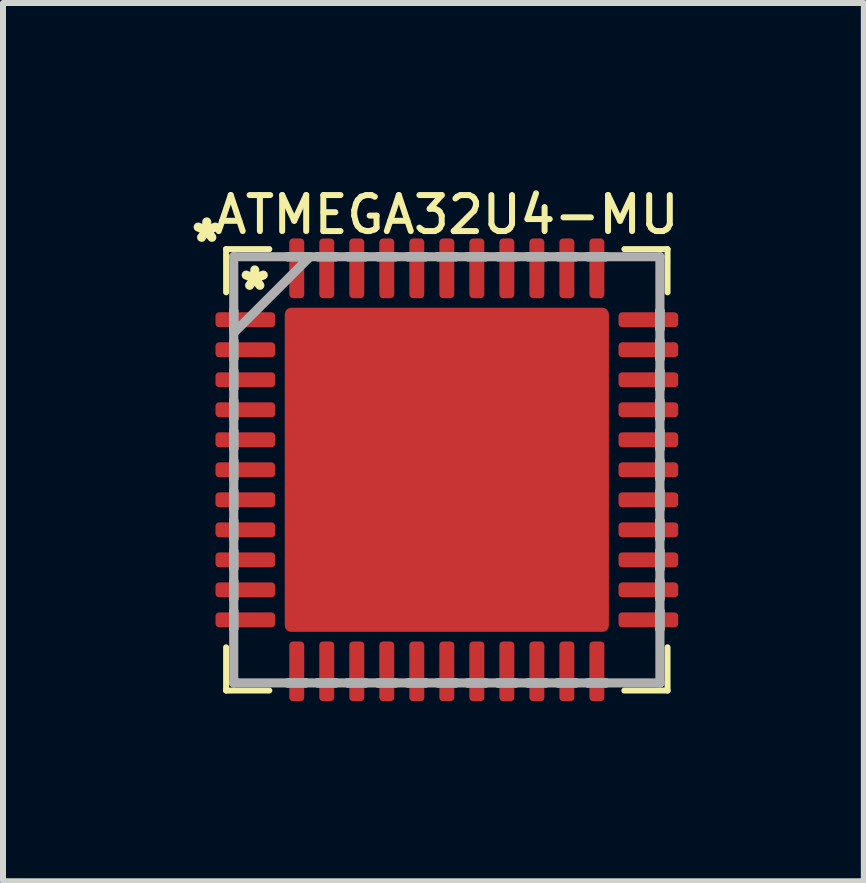
<source format=kicad_pcb>
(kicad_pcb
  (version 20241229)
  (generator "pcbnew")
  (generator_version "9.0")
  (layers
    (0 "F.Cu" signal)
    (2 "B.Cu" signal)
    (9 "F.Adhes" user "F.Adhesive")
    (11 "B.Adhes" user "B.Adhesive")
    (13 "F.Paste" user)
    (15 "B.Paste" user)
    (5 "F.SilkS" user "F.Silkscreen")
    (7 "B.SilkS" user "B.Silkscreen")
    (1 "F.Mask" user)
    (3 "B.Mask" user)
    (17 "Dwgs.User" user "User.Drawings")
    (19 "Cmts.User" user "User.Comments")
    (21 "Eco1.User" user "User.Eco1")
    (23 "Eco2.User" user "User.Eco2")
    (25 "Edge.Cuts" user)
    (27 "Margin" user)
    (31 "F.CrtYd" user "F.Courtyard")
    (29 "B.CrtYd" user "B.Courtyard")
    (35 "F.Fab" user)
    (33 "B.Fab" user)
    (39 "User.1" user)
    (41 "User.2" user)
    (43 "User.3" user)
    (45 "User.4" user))
  (footprint "ATMEGA32U4-MU"
    (layer "F.Cu")
    (at 4.394 4.777)
    (property "Reference" "ATMEGA32U4-MU" (at 0 -4.25 0) (layer "F.SilkS") (effects (font (size 0.6 0.6) (thickness 0.1))))
    (attr smd)
    (fp_line (start -3.677 -3.677) (end -3.677 -2.957) (stroke (width 0.1) (type solid)) (layer "F.SilkS"))
    (fp_line (start -3.677 2.957) (end -3.677 3.677) (stroke (width 0.1) (type solid)) (layer "F.SilkS"))
    (fp_line (start -3.677 3.677) (end -2.957 3.677) (stroke (width 0.1) (type solid)) (layer "F.SilkS"))
    (fp_line (start -2.957 -3.677) (end -3.677 -3.677) (stroke (width 0.1) (type solid)) (layer "F.SilkS"))
    (fp_line (start 2.957 3.677) (end 3.677 3.677) (stroke (width 0.1) (type solid)) (layer "F.SilkS"))
    (fp_line (start 3.677 -3.677) (end 2.957 -3.677) (stroke (width 0.1) (type solid)) (layer "F.SilkS"))
    (fp_line (start 3.677 -2.957) (end 3.677 -3.677) (stroke (width 0.1) (type solid)) (layer "F.SilkS"))
    (fp_line (start 3.677 3.677) (end 3.677 2.957) (stroke (width 0.1) (type solid)) (layer "F.SilkS"))
    (fp_line (start -2.6 -2.6) (end -2.6 -1.45) (stroke (width 0.152) (type solid)) (layer "F.Paste"))
    (fp_line (start -2.6 -1.45) (end -1.45 -1.45) (stroke (width 0.152) (type solid)) (layer "F.Paste"))
    (fp_line (start -2.6 -1.25) (end -2.6 -0.1) (stroke (width 0.152) (type solid)) (layer "F.Paste"))
    (fp_line (start -2.6 -0.1) (end -1.45 -0.1) (stroke (width 0.152) (type solid)) (layer "F.Paste"))
    (fp_line (start -2.6 0.1) (end -2.6 1.25) (stroke (width 0.152) (type solid)) (layer "F.Paste"))
    (fp_line (start -2.6 1.25) (end -1.45 1.25) (stroke (width 0.152) (type solid)) (layer "F.Paste"))
    (fp_line (start -2.6 1.45) (end -2.6 2.6) (stroke (width 0.152) (type solid)) (layer "F.Paste"))
    (fp_line (start -2.6 2.6) (end -1.45 2.6) (stroke (width 0.152) (type solid)) (layer "F.Paste"))
    (fp_line (start -1.45 -2.6) (end -2.6 -2.6) (stroke (width 0.152) (type solid)) (layer "F.Paste"))
    (fp_line (start -1.45 -1.45) (end -1.45 -2.6) (stroke (width 0.152) (type solid)) (layer "F.Paste"))
    (fp_line (start -1.45 -1.25) (end -2.6 -1.25) (stroke (width 0.152) (type solid)) (layer "F.Paste"))
    (fp_line (start -1.45 -0.1) (end -1.45 -1.25) (stroke (width 0.152) (type solid)) (layer "F.Paste"))
    (fp_line (start -1.45 0.1) (end -2.6 0.1) (stroke (width 0.152) (type solid)) (layer "F.Paste"))
    (fp_line (start -1.45 1.25) (end -1.45 0.1) (stroke (width 0.152) (type solid)) (layer "F.Paste"))
    (fp_line (start -1.45 1.45) (end -2.6 1.45) (stroke (width 0.152) (type solid)) (layer "F.Paste"))
    (fp_line (start -1.45 2.6) (end -1.45 1.45) (stroke (width 0.152) (type solid)) (layer "F.Paste"))
    (fp_line (start -1.25 -2.6) (end -1.25 -1.45) (stroke (width 0.152) (type solid)) (layer "F.Paste"))
    (fp_line (start -1.25 -1.45) (end -0.1 -1.45) (stroke (width 0.152) (type solid)) (layer "F.Paste"))
    (fp_line (start -1.25 -1.25) (end -1.25 -0.1) (stroke (width 0.152) (type solid)) (layer "F.Paste"))
    (fp_line (start -1.25 -0.1) (end -0.1 -0.1) (stroke (width 0.152) (type solid)) (layer "F.Paste"))
    (fp_line (start -1.25 0.1) (end -1.25 1.25) (stroke (width 0.152) (type solid)) (layer "F.Paste"))
    (fp_line (start -1.25 1.25) (end -0.1 1.25) (stroke (width 0.152) (type solid)) (layer "F.Paste"))
    (fp_line (start -1.25 1.45) (end -1.25 2.6) (stroke (width 0.152) (type solid)) (layer "F.Paste"))
    (fp_line (start -1.25 2.6) (end -0.1 2.6) (stroke (width 0.152) (type solid)) (layer "F.Paste"))
    (fp_line (start -0.1 -2.6) (end -1.25 -2.6) (stroke (width 0.152) (type solid)) (layer "F.Paste"))
    (fp_line (start -0.1 -1.45) (end -0.1 -2.6) (stroke (width 0.152) (type solid)) (layer "F.Paste"))
    (fp_line (start -0.1 -1.25) (end -1.25 -1.25) (stroke (width 0.152) (type solid)) (layer "F.Paste"))
    (fp_line (start -0.1 -0.1) (end -0.1 -1.25) (stroke (width 0.152) (type solid)) (layer "F.Paste"))
    (fp_line (start -0.1 0.1) (end -1.25 0.1) (stroke (width 0.152) (type solid)) (layer "F.Paste"))
    (fp_line (start -0.1 1.25) (end -0.1 0.1) (stroke (width 0.152) (type solid)) (layer "F.Paste"))
    (fp_line (start -0.1 1.45) (end -1.25 1.45) (stroke (width 0.152) (type solid)) (layer "F.Paste"))
    (fp_line (start -0.1 2.6) (end -0.1 1.45) (stroke (width 0.152) (type solid)) (layer "F.Paste"))
    (fp_line (start 0.1 -2.6) (end 0.1 -1.45) (stroke (width 0.152) (type solid)) (layer "F.Paste"))
    (fp_line (start 0.1 -1.45) (end 1.25 -1.45) (stroke (width 0.152) (type solid)) (layer "F.Paste"))
    (fp_line (start 0.1 -1.25) (end 0.1 -0.1) (stroke (width 0.152) (type solid)) (layer "F.Paste"))
    (fp_line (start 0.1 -0.1) (end 1.25 -0.1) (stroke (width 0.152) (type solid)) (layer "F.Paste"))
    (fp_line (start 0.1 0.1) (end 0.1 1.25) (stroke (width 0.152) (type solid)) (layer "F.Paste"))
    (fp_line (start 0.1 1.25) (end 1.25 1.25) (stroke (width 0.152) (type solid)) (layer "F.Paste"))
    (fp_line (start 0.1 1.45) (end 0.1 2.6) (stroke (width 0.152) (type solid)) (layer "F.Paste"))
    (fp_line (start 0.1 2.6) (end 1.25 2.6) (stroke (width 0.152) (type solid)) (layer "F.Paste"))
    (fp_line (start 1.25 -2.6) (end 0.1 -2.6) (stroke (width 0.152) (type solid)) (layer "F.Paste"))
    (fp_line (start 1.25 -1.45) (end 1.25 -2.6) (stroke (width 0.152) (type solid)) (layer "F.Paste"))
    (fp_line (start 1.25 -1.25) (end 0.1 -1.25) (stroke (width 0.152) (type solid)) (layer "F.Paste"))
    (fp_line (start 1.25 -0.1) (end 1.25 -1.25) (stroke (width 0.152) (type solid)) (layer "F.Paste"))
    (fp_line (start 1.25 0.1) (end 0.1 0.1) (stroke (width 0.152) (type solid)) (layer "F.Paste"))
    (fp_line (start 1.25 1.25) (end 1.25 0.1) (stroke (width 0.152) (type solid)) (layer "F.Paste"))
    (fp_line (start 1.25 1.45) (end 0.1 1.45) (stroke (width 0.152) (type solid)) (layer "F.Paste"))
    (fp_line (start 1.25 2.6) (end 1.25 1.45) (stroke (width 0.152) (type solid)) (layer "F.Paste"))
    (fp_line (start 1.45 -2.6) (end 1.45 -1.45) (stroke (width 0.152) (type solid)) (layer "F.Paste"))
    (fp_line (start 1.45 -1.45) (end 2.6 -1.45) (stroke (width 0.152) (type solid)) (layer "F.Paste"))
    (fp_line (start 1.45 -1.25) (end 1.45 -0.1) (stroke (width 0.152) (type solid)) (layer "F.Paste"))
    (fp_line (start 1.45 -0.1) (end 2.6 -0.1) (stroke (width 0.152) (type solid)) (layer "F.Paste"))
    (fp_line (start 1.45 0.1) (end 1.45 1.25) (stroke (width 0.152) (type solid)) (layer "F.Paste"))
    (fp_line (start 1.45 1.25) (end 2.6 1.25) (stroke (width 0.152) (type solid)) (layer "F.Paste"))
    (fp_line (start 1.45 1.45) (end 1.45 2.6) (stroke (width 0.152) (type solid)) (layer "F.Paste"))
    (fp_line (start 1.45 2.6) (end 2.6 2.6) (stroke (width 0.152) (type solid)) (layer "F.Paste"))
    (fp_line (start 2.6 -2.6) (end 1.45 -2.6) (stroke (width 0.152) (type solid)) (layer "F.Paste"))
    (fp_line (start 2.6 -1.45) (end 2.6 -2.6) (stroke (width 0.152) (type solid)) (layer "F.Paste"))
    (fp_line (start 2.6 -1.25) (end 1.45 -1.25) (stroke (width 0.152) (type solid)) (layer "F.Paste"))
    (fp_line (start 2.6 -0.1) (end 2.6 -1.25) (stroke (width 0.152) (type solid)) (layer "F.Paste"))
    (fp_line (start 2.6 0.1) (end 1.45 0.1) (stroke (width 0.152) (type solid)) (layer "F.Paste"))
    (fp_line (start 2.6 1.25) (end 2.6 0.1) (stroke (width 0.152) (type solid)) (layer "F.Paste"))
    (fp_line (start 2.6 1.45) (end 1.45 1.45) (stroke (width 0.152) (type solid)) (layer "F.Paste"))
    (fp_line (start 2.6 2.6) (end 2.6 1.45) (stroke (width 0.152) (type solid)) (layer "F.Paste"))
    (fp_line (start -3.55 -3.55) (end -3.55 -3.55) (stroke (width 0.152) (type solid)) (layer "F.Fab"))
    (fp_line (start -3.55 -3.55) (end -3.55 3.55) (stroke (width 0.152) (type solid)) (layer "F.Fab"))
    (fp_line (start -3.55 -2.65) (end -3.55 -2.65) (stroke (width 0.152) (type solid)) (layer "F.Fab"))
    (fp_line (start -3.55 -2.65) (end -3.55 -2.35) (stroke (width 0.152) (type solid)) (layer "F.Fab"))
    (fp_line (start -3.55 -2.35) (end -3.55 -2.65) (stroke (width 0.152) (type solid)) (layer "F.Fab"))
    (fp_line (start -3.55 -2.35) (end -3.55 -2.35) (stroke (width 0.152) (type solid)) (layer "F.Fab"))
    (fp_line (start -3.55 -2.28) (end -2.28 -3.55) (stroke (width 0.152) (type solid)) (layer "F.Fab"))
    (fp_line (start -3.55 -2.15) (end -3.55 -2.15) (stroke (width 0.152) (type solid)) (layer "F.Fab"))
    (fp_line (start -3.55 -2.15) (end -3.55 -1.85) (stroke (width 0.152) (type solid)) (layer "F.Fab"))
    (fp_line (start -3.55 -1.85) (end -3.55 -2.15) (stroke (width 0.152) (type solid)) (layer "F.Fab"))
    (fp_line (start -3.55 -1.85) (end -3.55 -1.85) (stroke (width 0.152) (type solid)) (layer "F.Fab"))
    (fp_line (start -3.55 -1.65) (end -3.55 -1.65) (stroke (width 0.152) (type solid)) (layer "F.Fab"))
    (fp_line (start -3.55 -1.65) (end -3.55 -1.35) (stroke (width 0.152) (type solid)) (layer "F.Fab"))
    (fp_line (start -3.55 -1.35) (end -3.55 -1.65) (stroke (width 0.152) (type solid)) (layer "F.Fab"))
    (fp_line (start -3.55 -1.35) (end -3.55 -1.35) (stroke (width 0.152) (type solid)) (layer "F.Fab"))
    (fp_line (start -3.55 -1.15) (end -3.55 -1.15) (stroke (width 0.152) (type solid)) (layer "F.Fab"))
    (fp_line (start -3.55 -1.15) (end -3.55 -0.85) (stroke (width 0.152) (type solid)) (layer "F.Fab"))
    (fp_line (start -3.55 -0.85) (end -3.55 -1.15) (stroke (width 0.152) (type solid)) (layer "F.Fab"))
    (fp_line (start -3.55 -0.85) (end -3.55 -0.85) (stroke (width 0.152) (type solid)) (layer "F.Fab"))
    (fp_line (start -3.55 -0.65) (end -3.55 -0.65) (stroke (width 0.152) (type solid)) (layer "F.Fab"))
    (fp_line (start -3.55 -0.65) (end -3.55 -0.35) (stroke (width 0.152) (type solid)) (layer "F.Fab"))
    (fp_line (start -3.55 -0.35) (end -3.55 -0.65) (stroke (width 0.152) (type solid)) (layer "F.Fab"))
    (fp_line (start -3.55 -0.35) (end -3.55 -0.35) (stroke (width 0.152) (type solid)) (layer "F.Fab"))
    (fp_line (start -3.55 -0.15) (end -3.55 -0.15) (stroke (width 0.152) (type solid)) (layer "F.Fab"))
    (fp_line (start -3.55 -0.15) (end -3.55 0.15) (stroke (width 0.152) (type solid)) (layer "F.Fab"))
    (fp_line (start -3.55 0.15) (end -3.55 -0.15) (stroke (width 0.152) (type solid)) (layer "F.Fab"))
    (fp_line (start -3.55 0.15) (end -3.55 0.15) (stroke (width 0.152) (type solid)) (layer "F.Fab"))
    (fp_line (start -3.55 0.35) (end -3.55 0.35) (stroke (width 0.152) (type solid)) (layer "F.Fab"))
    (fp_line (start -3.55 0.35) (end -3.55 0.65) (stroke (width 0.152) (type solid)) (layer "F.Fab"))
    (fp_line (start -3.55 0.65) (end -3.55 0.35) (stroke (width 0.152) (type solid)) (layer "F.Fab"))
    (fp_line (start -3.55 0.65) (end -3.55 0.65) (stroke (width 0.152) (type solid)) (layer "F.Fab"))
    (fp_line (start -3.55 0.85) (end -3.55 0.85) (stroke (width 0.152) (type solid)) (layer "F.Fab"))
    (fp_line (start -3.55 0.85) (end -3.55 1.15) (stroke (width 0.152) (type solid)) (layer "F.Fab"))
    (fp_line (start -3.55 1.15) (end -3.55 0.85) (stroke (width 0.152) (type solid)) (layer "F.Fab"))
    (fp_line (start -3.55 1.15) (end -3.55 1.15) (stroke (width 0.152) (type solid)) (layer "F.Fab"))
    (fp_line (start -3.55 1.35) (end -3.55 1.35) (stroke (width 0.152) (type solid)) (layer "F.Fab"))
    (fp_line (start -3.55 1.35) (end -3.55 1.65) (stroke (width 0.152) (type solid)) (layer "F.Fab"))
    (fp_line (start -3.55 1.65) (end -3.55 1.35) (stroke (width 0.152) (type solid)) (layer "F.Fab"))
    (fp_line (start -3.55 1.65) (end -3.55 1.65) (stroke (width 0.152) (type solid)) (layer "F.Fab"))
    (fp_line (start -3.55 1.85) (end -3.55 1.85) (stroke (width 0.152) (type solid)) (layer "F.Fab"))
    (fp_line (start -3.55 1.85) (end -3.55 2.15) (stroke (width 0.152) (type solid)) (layer "F.Fab"))
    (fp_line (start -3.55 2.15) (end -3.55 1.85) (stroke (width 0.152) (type solid)) (layer "F.Fab"))
    (fp_line (start -3.55 2.15) (end -3.55 2.15) (stroke (width 0.152) (type solid)) (layer "F.Fab"))
    (fp_line (start -3.55 2.35) (end -3.55 2.35) (stroke (width 0.152) (type solid)) (layer "F.Fab"))
    (fp_line (start -3.55 2.35) (end -3.55 2.65) (stroke (width 0.152) (type solid)) (layer "F.Fab"))
    (fp_line (start -3.55 2.65) (end -3.55 2.35) (stroke (width 0.152) (type solid)) (layer "F.Fab"))
    (fp_line (start -3.55 2.65) (end -3.55 2.65) (stroke (width 0.152) (type solid)) (layer "F.Fab"))
    (fp_line (start -3.55 3.55) (end -3.55 3.55) (stroke (width 0.152) (type solid)) (layer "F.Fab"))
    (fp_line (start -3.55 3.55) (end 3.55 3.55) (stroke (width 0.152) (type solid)) (layer "F.Fab"))
    (fp_line (start -2.65 -3.55) (end -2.65 -3.55) (stroke (width 0.152) (type solid)) (layer "F.Fab"))
    (fp_line (start -2.65 -3.55) (end -2.35 -3.55) (stroke (width 0.152) (type solid)) (layer "F.Fab"))
    (fp_line (start -2.65 3.55) (end -2.65 3.55) (stroke (width 0.152) (type solid)) (layer "F.Fab"))
    (fp_line (start -2.65 3.55) (end -2.35 3.55) (stroke (width 0.152) (type solid)) (layer "F.Fab"))
    (fp_line (start -2.35 -3.55) (end -2.65 -3.55) (stroke (width 0.152) (type solid)) (layer "F.Fab"))
    (fp_line (start -2.35 -3.55) (end -2.35 -3.55) (stroke (width 0.152) (type solid)) (layer "F.Fab"))
    (fp_line (start -2.35 3.55) (end -2.65 3.55) (stroke (width 0.152) (type solid)) (layer "F.Fab"))
    (fp_line (start -2.35 3.55) (end -2.35 3.55) (stroke (width 0.152) (type solid)) (layer "F.Fab"))
    (fp_line (start -2.15 -3.55) (end -2.15 -3.55) (stroke (width 0.152) (type solid)) (layer "F.Fab"))
    (fp_line (start -2.15 -3.55) (end -1.85 -3.55) (stroke (width 0.152) (type solid)) (layer "F.Fab"))
    (fp_line (start -2.15 3.55) (end -2.15 3.55) (stroke (width 0.152) (type solid)) (layer "F.Fab"))
    (fp_line (start -2.15 3.55) (end -1.85 3.55) (stroke (width 0.152) (type solid)) (layer "F.Fab"))
    (fp_line (start -1.85 -3.55) (end -2.15 -3.55) (stroke (width 0.152) (type solid)) (layer "F.Fab"))
    (fp_line (start -1.85 -3.55) (end -1.85 -3.55) (stroke (width 0.152) (type solid)) (layer "F.Fab"))
    (fp_line (start -1.85 3.55) (end -2.15 3.55) (stroke (width 0.152) (type solid)) (layer "F.Fab"))
    (fp_line (start -1.85 3.55) (end -1.85 3.55) (stroke (width 0.152) (type solid)) (layer "F.Fab"))
    (fp_line (start -1.65 -3.55) (end -1.65 -3.55) (stroke (width 0.152) (type solid)) (layer "F.Fab"))
    (fp_line (start -1.65 -3.55) (end -1.35 -3.55) (stroke (width 0.152) (type solid)) (layer "F.Fab"))
    (fp_line (start -1.65 3.55) (end -1.65 3.55) (stroke (width 0.152) (type solid)) (layer "F.Fab"))
    (fp_line (start -1.65 3.55) (end -1.35 3.55) (stroke (width 0.152) (type solid)) (layer "F.Fab"))
    (fp_line (start -1.35 -3.55) (end -1.65 -3.55) (stroke (width 0.152) (type solid)) (layer "F.Fab"))
    (fp_line (start -1.35 -3.55) (end -1.35 -3.55) (stroke (width 0.152) (type solid)) (layer "F.Fab"))
    (fp_line (start -1.35 3.55) (end -1.65 3.55) (stroke (width 0.152) (type solid)) (layer "F.Fab"))
    (fp_line (start -1.35 3.55) (end -1.35 3.55) (stroke (width 0.152) (type solid)) (layer "F.Fab"))
    (fp_line (start -1.15 -3.55) (end -1.15 -3.55) (stroke (width 0.152) (type solid)) (layer "F.Fab"))
    (fp_line (start -1.15 -3.55) (end -0.85 -3.55) (stroke (width 0.152) (type solid)) (layer "F.Fab"))
    (fp_line (start -1.15 3.55) (end -1.15 3.55) (stroke (width 0.152) (type solid)) (layer "F.Fab"))
    (fp_line (start -1.15 3.55) (end -0.85 3.55) (stroke (width 0.152) (type solid)) (layer "F.Fab"))
    (fp_line (start -0.85 -3.55) (end -1.15 -3.55) (stroke (width 0.152) (type solid)) (layer "F.Fab"))
    (fp_line (start -0.85 -3.55) (end -0.85 -3.55) (stroke (width 0.152) (type solid)) (layer "F.Fab"))
    (fp_line (start -0.85 3.55) (end -1.15 3.55) (stroke (width 0.152) (type solid)) (layer "F.Fab"))
    (fp_line (start -0.85 3.55) (end -0.85 3.55) (stroke (width 0.152) (type solid)) (layer "F.Fab"))
    (fp_line (start -0.65 -3.55) (end -0.65 -3.55) (stroke (width 0.152) (type solid)) (layer "F.Fab"))
    (fp_line (start -0.65 -3.55) (end -0.35 -3.55) (stroke (width 0.152) (type solid)) (layer "F.Fab"))
    (fp_line (start -0.65 3.55) (end -0.65 3.55) (stroke (width 0.152) (type solid)) (layer "F.Fab"))
    (fp_line (start -0.65 3.55) (end -0.35 3.55) (stroke (width 0.152) (type solid)) (layer "F.Fab"))
    (fp_line (start -0.35 -3.55) (end -0.65 -3.55) (stroke (width 0.152) (type solid)) (layer "F.Fab"))
    (fp_line (start -0.35 -3.55) (end -0.35 -3.55) (stroke (width 0.152) (type solid)) (layer "F.Fab"))
    (fp_line (start -0.35 3.55) (end -0.65 3.55) (stroke (width 0.152) (type solid)) (layer "F.Fab"))
    (fp_line (start -0.35 3.55) (end -0.35 3.55) (stroke (width 0.152) (type solid)) (layer "F.Fab"))
    (fp_line (start -0.15 -3.55) (end -0.15 -3.55) (stroke (width 0.152) (type solid)) (layer "F.Fab"))
    (fp_line (start -0.15 -3.55) (end 0.15 -3.55) (stroke (width 0.152) (type solid)) (layer "F.Fab"))
    (fp_line (start -0.15 3.55) (end -0.15 3.55) (stroke (width 0.152) (type solid)) (layer "F.Fab"))
    (fp_line (start -0.15 3.55) (end 0.15 3.55) (stroke (width 0.152) (type solid)) (layer "F.Fab"))
    (fp_line (start 0.15 -3.55) (end -0.15 -3.55) (stroke (width 0.152) (type solid)) (layer "F.Fab"))
    (fp_line (start 0.15 -3.55) (end 0.15 -3.55) (stroke (width 0.152) (type solid)) (layer "F.Fab"))
    (fp_line (start 0.15 3.55) (end -0.15 3.55) (stroke (width 0.152) (type solid)) (layer "F.Fab"))
    (fp_line (start 0.15 3.55) (end 0.15 3.55) (stroke (width 0.152) (type solid)) (layer "F.Fab"))
    (fp_line (start 0.35 -3.55) (end 0.35 -3.55) (stroke (width 0.152) (type solid)) (layer "F.Fab"))
    (fp_line (start 0.35 -3.55) (end 0.65 -3.55) (stroke (width 0.152) (type solid)) (layer "F.Fab"))
    (fp_line (start 0.35 3.55) (end 0.35 3.55) (stroke (width 0.152) (type solid)) (layer "F.Fab"))
    (fp_line (start 0.35 3.55) (end 0.65 3.55) (stroke (width 0.152) (type solid)) (layer "F.Fab"))
    (fp_line (start 0.65 -3.55) (end 0.35 -3.55) (stroke (width 0.152) (type solid)) (layer "F.Fab"))
    (fp_line (start 0.65 -3.55) (end 0.65 -3.55) (stroke (width 0.152) (type solid)) (layer "F.Fab"))
    (fp_line (start 0.65 3.55) (end 0.35 3.55) (stroke (width 0.152) (type solid)) (layer "F.Fab"))
    (fp_line (start 0.65 3.55) (end 0.65 3.55) (stroke (width 0.152) (type solid)) (layer "F.Fab"))
    (fp_line (start 0.85 -3.55) (end 0.85 -3.55) (stroke (width 0.152) (type solid)) (layer "F.Fab"))
    (fp_line (start 0.85 -3.55) (end 1.15 -3.55) (stroke (width 0.152) (type solid)) (layer "F.Fab"))
    (fp_line (start 0.85 3.55) (end 0.85 3.55) (stroke (width 0.152) (type solid)) (layer "F.Fab"))
    (fp_line (start 0.85 3.55) (end 1.15 3.55) (stroke (width 0.152) (type solid)) (layer "F.Fab"))
    (fp_line (start 1.15 -3.55) (end 0.85 -3.55) (stroke (width 0.152) (type solid)) (layer "F.Fab"))
    (fp_line (start 1.15 -3.55) (end 1.15 -3.55) (stroke (width 0.152) (type solid)) (layer "F.Fab"))
    (fp_line (start 1.15 3.55) (end 0.85 3.55) (stroke (width 0.152) (type solid)) (layer "F.Fab"))
    (fp_line (start 1.15 3.55) (end 1.15 3.55) (stroke (width 0.152) (type solid)) (layer "F.Fab"))
    (fp_line (start 1.35 -3.55) (end 1.35 -3.55) (stroke (width 0.152) (type solid)) (layer "F.Fab"))
    (fp_line (start 1.35 -3.55) (end 1.65 -3.55) (stroke (width 0.152) (type solid)) (layer "F.Fab"))
    (fp_line (start 1.35 3.55) (end 1.35 3.55) (stroke (width 0.152) (type solid)) (layer "F.Fab"))
    (fp_line (start 1.35 3.55) (end 1.65 3.55) (stroke (width 0.152) (type solid)) (layer "F.Fab"))
    (fp_line (start 1.65 -3.55) (end 1.35 -3.55) (stroke (width 0.152) (type solid)) (layer "F.Fab"))
    (fp_line (start 1.65 -3.55) (end 1.65 -3.55) (stroke (width 0.152) (type solid)) (layer "F.Fab"))
    (fp_line (start 1.65 3.55) (end 1.35 3.55) (stroke (width 0.152) (type solid)) (layer "F.Fab"))
    (fp_line (start 1.65 3.55) (end 1.65 3.55) (stroke (width 0.152) (type solid)) (layer "F.Fab"))
    (fp_line (start 1.85 -3.55) (end 1.85 -3.55) (stroke (width 0.152) (type solid)) (layer "F.Fab"))
    (fp_line (start 1.85 -3.55) (end 2.15 -3.55) (stroke (width 0.152) (type solid)) (layer "F.Fab"))
    (fp_line (start 1.85 3.55) (end 1.85 3.55) (stroke (width 0.152) (type solid)) (layer "F.Fab"))
    (fp_line (start 1.85 3.55) (end 2.15 3.55) (stroke (width 0.152) (type solid)) (layer "F.Fab"))
    (fp_line (start 2.15 -3.55) (end 1.85 -3.55) (stroke (width 0.152) (type solid)) (layer "F.Fab"))
    (fp_line (start 2.15 -3.55) (end 2.15 -3.55) (stroke (width 0.152) (type solid)) (layer "F.Fab"))
    (fp_line (start 2.15 3.55) (end 1.85 3.55) (stroke (width 0.152) (type solid)) (layer "F.Fab"))
    (fp_line (start 2.15 3.55) (end 2.15 3.55) (stroke (width 0.152) (type solid)) (layer "F.Fab"))
    (fp_line (start 2.35 -3.55) (end 2.35 -3.55) (stroke (width 0.152) (type solid)) (layer "F.Fab"))
    (fp_line (start 2.35 -3.55) (end 2.65 -3.55) (stroke (width 0.152) (type solid)) (layer "F.Fab"))
    (fp_line (start 2.35 3.55) (end 2.35 3.55) (stroke (width 0.152) (type solid)) (layer "F.Fab"))
    (fp_line (start 2.35 3.55) (end 2.65 3.55) (stroke (width 0.152) (type solid)) (layer "F.Fab"))
    (fp_line (start 2.65 -3.55) (end 2.35 -3.55) (stroke (width 0.152) (type solid)) (layer "F.Fab"))
    (fp_line (start 2.65 -3.55) (end 2.65 -3.55) (stroke (width 0.152) (type solid)) (layer "F.Fab"))
    (fp_line (start 2.65 3.55) (end 2.35 3.55) (stroke (width 0.152) (type solid)) (layer "F.Fab"))
    (fp_line (start 2.65 3.55) (end 2.65 3.55) (stroke (width 0.152) (type solid)) (layer "F.Fab"))
    (fp_line (start 3.55 -3.55) (end -3.55 -3.55) (stroke (width 0.152) (type solid)) (layer "F.Fab"))
    (fp_line (start 3.55 -3.55) (end 3.55 -3.55) (stroke (width 0.152) (type solid)) (layer "F.Fab"))
    (fp_line (start 3.55 -2.65) (end 3.55 -2.65) (stroke (width 0.152) (type solid)) (layer "F.Fab"))
    (fp_line (start 3.55 -2.65) (end 3.55 -2.35) (stroke (width 0.152) (type solid)) (layer "F.Fab"))
    (fp_line (start 3.55 -2.35) (end 3.55 -2.65) (stroke (width 0.152) (type solid)) (layer "F.Fab"))
    (fp_line (start 3.55 -2.35) (end 3.55 -2.35) (stroke (width 0.152) (type solid)) (layer "F.Fab"))
    (fp_line (start 3.55 -2.15) (end 3.55 -2.15) (stroke (width 0.152) (type solid)) (layer "F.Fab"))
    (fp_line (start 3.55 -2.15) (end 3.55 -1.85) (stroke (width 0.152) (type solid)) (layer "F.Fab"))
    (fp_line (start 3.55 -1.85) (end 3.55 -2.15) (stroke (width 0.152) (type solid)) (layer "F.Fab"))
    (fp_line (start 3.55 -1.85) (end 3.55 -1.85) (stroke (width 0.152) (type solid)) (layer "F.Fab"))
    (fp_line (start 3.55 -1.65) (end 3.55 -1.65) (stroke (width 0.152) (type solid)) (layer "F.Fab"))
    (fp_line (start 3.55 -1.65) (end 3.55 -1.35) (stroke (width 0.152) (type solid)) (layer "F.Fab"))
    (fp_line (start 3.55 -1.35) (end 3.55 -1.65) (stroke (width 0.152) (type solid)) (layer "F.Fab"))
    (fp_line (start 3.55 -1.35) (end 3.55 -1.35) (stroke (width 0.152) (type solid)) (layer "F.Fab"))
    (fp_line (start 3.55 -1.15) (end 3.55 -1.15) (stroke (width 0.152) (type solid)) (layer "F.Fab"))
    (fp_line (start 3.55 -1.15) (end 3.55 -0.85) (stroke (width 0.152) (type solid)) (layer "F.Fab"))
    (fp_line (start 3.55 -0.85) (end 3.55 -1.15) (stroke (width 0.152) (type solid)) (layer "F.Fab"))
    (fp_line (start 3.55 -0.85) (end 3.55 -0.85) (stroke (width 0.152) (type solid)) (layer "F.Fab"))
    (fp_line (start 3.55 -0.65) (end 3.55 -0.65) (stroke (width 0.152) (type solid)) (layer "F.Fab"))
    (fp_line (start 3.55 -0.65) (end 3.55 -0.35) (stroke (width 0.152) (type solid)) (layer "F.Fab"))
    (fp_line (start 3.55 -0.35) (end 3.55 -0.65) (stroke (width 0.152) (type solid)) (layer "F.Fab"))
    (fp_line (start 3.55 -0.35) (end 3.55 -0.35) (stroke (width 0.152) (type solid)) (layer "F.Fab"))
    (fp_line (start 3.55 -0.15) (end 3.55 -0.15) (stroke (width 0.152) (type solid)) (layer "F.Fab"))
    (fp_line (start 3.55 -0.15) (end 3.55 0.15) (stroke (width 0.152) (type solid)) (layer "F.Fab"))
    (fp_line (start 3.55 0.15) (end 3.55 -0.15) (stroke (width 0.152) (type solid)) (layer "F.Fab"))
    (fp_line (start 3.55 0.15) (end 3.55 0.15) (stroke (width 0.152) (type solid)) (layer "F.Fab"))
    (fp_line (start 3.55 0.35) (end 3.55 0.35) (stroke (width 0.152) (type solid)) (layer "F.Fab"))
    (fp_line (start 3.55 0.35) (end 3.55 0.65) (stroke (width 0.152) (type solid)) (layer "F.Fab"))
    (fp_line (start 3.55 0.65) (end 3.55 0.35) (stroke (width 0.152) (type solid)) (layer "F.Fab"))
    (fp_line (start 3.55 0.65) (end 3.55 0.65) (stroke (width 0.152) (type solid)) (layer "F.Fab"))
    (fp_line (start 3.55 0.85) (end 3.55 0.85) (stroke (width 0.152) (type solid)) (layer "F.Fab"))
    (fp_line (start 3.55 0.85) (end 3.55 1.15) (stroke (width 0.152) (type solid)) (layer "F.Fab"))
    (fp_line (start 3.55 1.15) (end 3.55 0.85) (stroke (width 0.152) (type solid)) (layer "F.Fab"))
    (fp_line (start 3.55 1.15) (end 3.55 1.15) (stroke (width 0.152) (type solid)) (layer "F.Fab"))
    (fp_line (start 3.55 1.35) (end 3.55 1.35) (stroke (width 0.152) (type solid)) (layer "F.Fab"))
    (fp_line (start 3.55 1.35) (end 3.55 1.65) (stroke (width 0.152) (type solid)) (layer "F.Fab"))
    (fp_line (start 3.55 1.65) (end 3.55 1.35) (stroke (width 0.152) (type solid)) (layer "F.Fab"))
    (fp_line (start 3.55 1.65) (end 3.55 1.65) (stroke (width 0.152) (type solid)) (layer "F.Fab"))
    (fp_line (start 3.55 1.85) (end 3.55 1.85) (stroke (width 0.152) (type solid)) (layer "F.Fab"))
    (fp_line (start 3.55 1.85) (end 3.55 2.15) (stroke (width 0.152) (type solid)) (layer "F.Fab"))
    (fp_line (start 3.55 2.15) (end 3.55 1.85) (stroke (width 0.152) (type solid)) (layer "F.Fab"))
    (fp_line (start 3.55 2.15) (end 3.55 2.15) (stroke (width 0.152) (type solid)) (layer "F.Fab"))
    (fp_line (start 3.55 2.35) (end 3.55 2.35) (stroke (width 0.152) (type solid)) (layer "F.Fab"))
    (fp_line (start 3.55 2.35) (end 3.55 2.65) (stroke (width 0.152) (type solid)) (layer "F.Fab"))
    (fp_line (start 3.55 2.65) (end 3.55 2.35) (stroke (width 0.152) (type solid)) (layer "F.Fab"))
    (fp_line (start 3.55 2.65) (end 3.55 2.65) (stroke (width 0.152) (type solid)) (layer "F.Fab"))
    (fp_line (start 3.55 3.55) (end 3.55 -3.55) (stroke (width 0.152) (type solid)) (layer "F.Fab"))
    (fp_line (start 3.55 3.55) (end 3.55 3.55) (stroke (width 0.152) (type solid)) (layer "F.Fab"))
    (fp_text user "*" (at -3.2 -3 0) (layer "F.SilkS") (effects (font (size 0.6 0.6) (thickness 0.15))))
    (fp_text user "*" (at -4 -3.8 0) (layer "F.SilkS") (effects (font (size 0.6 0.6) (thickness 0.15))))
    (pad "1" smd roundrect (at -3.357 -2.5 90) (size 0.249 0.995) (layers "F.Cu" "F.Mask" "F.Paste") (roundrect_rratio 0.25))
    (pad "2" smd roundrect (at -3.357 -2 90) (size 0.249 0.995) (layers "F.Cu" "F.Mask" "F.Paste") (roundrect_rratio 0.25))
    (pad "3" smd roundrect (at -3.357 -1.5 90) (size 0.249 0.995) (layers "F.Cu" "F.Mask" "F.Paste") (roundrect_rratio 0.25))
    (pad "4" smd roundrect (at -3.357 -1 90) (size 0.249 0.995) (layers "F.Cu" "F.Mask" "F.Paste") (roundrect_rratio 0.25))
    (pad "5" smd roundrect (at -3.357 -0.5 90) (size 0.249 0.995) (layers "F.Cu" "F.Mask" "F.Paste") (roundrect_rratio 0.25))
    (pad "6" smd roundrect (at -3.357 0 90) (size 0.249 0.995) (layers "F.Cu" "F.Mask" "F.Paste") (roundrect_rratio 0.25))
    (pad "7" smd roundrect (at -3.357 0.5 90) (size 0.249 0.995) (layers "F.Cu" "F.Mask" "F.Paste") (roundrect_rratio 0.25))
    (pad "8" smd roundrect (at -3.357 1 90) (size 0.249 0.995) (layers "F.Cu" "F.Mask" "F.Paste") (roundrect_rratio 0.25))
    (pad "9" smd roundrect (at -3.357 1.5 90) (size 0.249 0.995) (layers "F.Cu" "F.Mask" "F.Paste") (roundrect_rratio 0.25))
    (pad "10" smd roundrect (at -3.357 2 90) (size 0.249 0.995) (layers "F.Cu" "F.Mask" "F.Paste") (roundrect_rratio 0.25))
    (pad "11" smd roundrect (at -3.357 2.5 90) (size 0.249 0.995) (layers "F.Cu" "F.Mask" "F.Paste") (roundrect_rratio 0.25))
    (pad "12" smd roundrect (at -2.5 3.357) (size 0.249 0.995) (layers "F.Cu" "F.Mask" "F.Paste") (roundrect_rratio 0.25))
    (pad "13" smd roundrect (at -2 3.357) (size 0.249 0.995) (layers "F.Cu" "F.Mask" "F.Paste") (roundrect_rratio 0.25))
    (pad "14" smd roundrect (at -1.5 3.357) (size 0.249 0.995) (layers "F.Cu" "F.Mask" "F.Paste") (roundrect_rratio 0.25))
    (pad "15" smd roundrect (at -1 3.357) (size 0.249 0.995) (layers "F.Cu" "F.Mask" "F.Paste") (roundrect_rratio 0.25))
    (pad "16" smd roundrect (at -0.5 3.357) (size 0.249 0.995) (layers "F.Cu" "F.Mask" "F.Paste") (roundrect_rratio 0.25))
    (pad "17" smd roundrect (at 0 3.357) (size 0.249 0.995) (layers "F.Cu" "F.Mask" "F.Paste") (roundrect_rratio 0.25))
    (pad "18" smd roundrect (at 0.5 3.357) (size 0.249 0.995) (layers "F.Cu" "F.Mask" "F.Paste") (roundrect_rratio 0.25))
    (pad "19" smd roundrect (at 1 3.357) (size 0.249 0.995) (layers "F.Cu" "F.Mask" "F.Paste") (roundrect_rratio 0.25))
    (pad "20" smd roundrect (at 1.5 3.357) (size 0.249 0.995) (layers "F.Cu" "F.Mask" "F.Paste") (roundrect_rratio 0.25))
    (pad "21" smd roundrect (at 2 3.357) (size 0.249 0.995) (layers "F.Cu" "F.Mask" "F.Paste") (roundrect_rratio 0.25))
    (pad "22" smd roundrect (at 2.5 3.357) (size 0.249 0.995) (layers "F.Cu" "F.Mask" "F.Paste") (roundrect_rratio 0.25))
    (pad "23" smd roundrect (at 3.357 2.5 90) (size 0.249 0.995) (layers "F.Cu" "F.Mask" "F.Paste") (roundrect_rratio 0.25))
    (pad "24" smd roundrect (at 3.357 2 90) (size 0.249 0.995) (layers "F.Cu" "F.Mask" "F.Paste") (roundrect_rratio 0.25))
    (pad "25" smd roundrect (at 3.357 1.5 90) (size 0.249 0.995) (layers "F.Cu" "F.Mask" "F.Paste") (roundrect_rratio 0.25))
    (pad "26" smd roundrect (at 3.357 1 90) (size 0.249 0.995) (layers "F.Cu" "F.Mask" "F.Paste") (roundrect_rratio 0.25))
    (pad "27" smd roundrect (at 3.357 0.5 90) (size 0.249 0.995) (layers "F.Cu" "F.Mask" "F.Paste") (roundrect_rratio 0.25))
    (pad "28" smd roundrect (at 3.357 0 90) (size 0.249 0.995) (layers "F.Cu" "F.Mask" "F.Paste") (roundrect_rratio 0.25))
    (pad "29" smd roundrect (at 3.357 -0.5 90) (size 0.249 0.995) (layers "F.Cu" "F.Mask" "F.Paste") (roundrect_rratio 0.25))
    (pad "30" smd roundrect (at 3.357 -1 90) (size 0.249 0.995) (layers "F.Cu" "F.Mask" "F.Paste") (roundrect_rratio 0.25))
    (pad "31" smd roundrect (at 3.357 -1.5 90) (size 0.249 0.995) (layers "F.Cu" "F.Mask" "F.Paste") (roundrect_rratio 0.25))
    (pad "32" smd roundrect (at 3.357 -2 90) (size 0.249 0.995) (layers "F.Cu" "F.Mask" "F.Paste") (roundrect_rratio 0.25))
    (pad "33" smd roundrect (at 3.357 -2.5 90) (size 0.249 0.995) (layers "F.Cu" "F.Mask" "F.Paste") (roundrect_rratio 0.25))
    (pad "34" smd roundrect (at 2.5 -3.357) (size 0.249 0.995) (layers "F.Cu" "F.Mask" "F.Paste") (roundrect_rratio 0.25))
    (pad "35" smd roundrect (at 2 -3.357) (size 0.249 0.995) (layers "F.Cu" "F.Mask" "F.Paste") (roundrect_rratio 0.25))
    (pad "36" smd roundrect (at 1.5 -3.357) (size 0.249 0.995) (layers "F.Cu" "F.Mask" "F.Paste") (roundrect_rratio 0.25))
    (pad "37" smd roundrect (at 1 -3.357) (size 0.249 0.995) (layers "F.Cu" "F.Mask" "F.Paste") (roundrect_rratio 0.25))
    (pad "38" smd roundrect (at 0.5 -3.357) (size 0.249 0.995) (layers "F.Cu" "F.Mask" "F.Paste") (roundrect_rratio 0.25))
    (pad "39" smd roundrect (at 0 -3.357) (size 0.249 0.995) (layers "F.Cu" "F.Mask" "F.Paste") (roundrect_rratio 0.25))
    (pad "40" smd roundrect (at -0.5 -3.357) (size 0.249 0.995) (layers "F.Cu" "F.Mask" "F.Paste") (roundrect_rratio 0.25))
    (pad "41" smd roundrect (at -1 -3.357) (size 0.249 0.995) (layers "F.Cu" "F.Mask" "F.Paste") (roundrect_rratio 0.25))
    (pad "42" smd roundrect (at -1.5 -3.357) (size 0.249 0.995) (layers "F.Cu" "F.Mask" "F.Paste") (roundrect_rratio 0.25))
    (pad "43" smd roundrect (at -2 -3.357) (size 0.249 0.995) (layers "F.Cu" "F.Mask" "F.Paste") (roundrect_rratio 0.25))
    (pad "44" smd roundrect (at -2.5 -3.357) (size 0.249 0.995) (layers "F.Cu" "F.Mask" "F.Paste") (roundrect_rratio 0.25))
    (pad "45" smd roundrect (at 0 0) (size 5.4 5.4) (layers "F.Cu" "F.Mask" "F.Paste") (roundrect_rratio 0.02)))
  (gr_rect
    (start -3 -3)
    (end 11.341 11.631)
    (stroke (width 0.1) (type default))
    (fill no)
    (layer "Edge.Cuts")))
</source>
